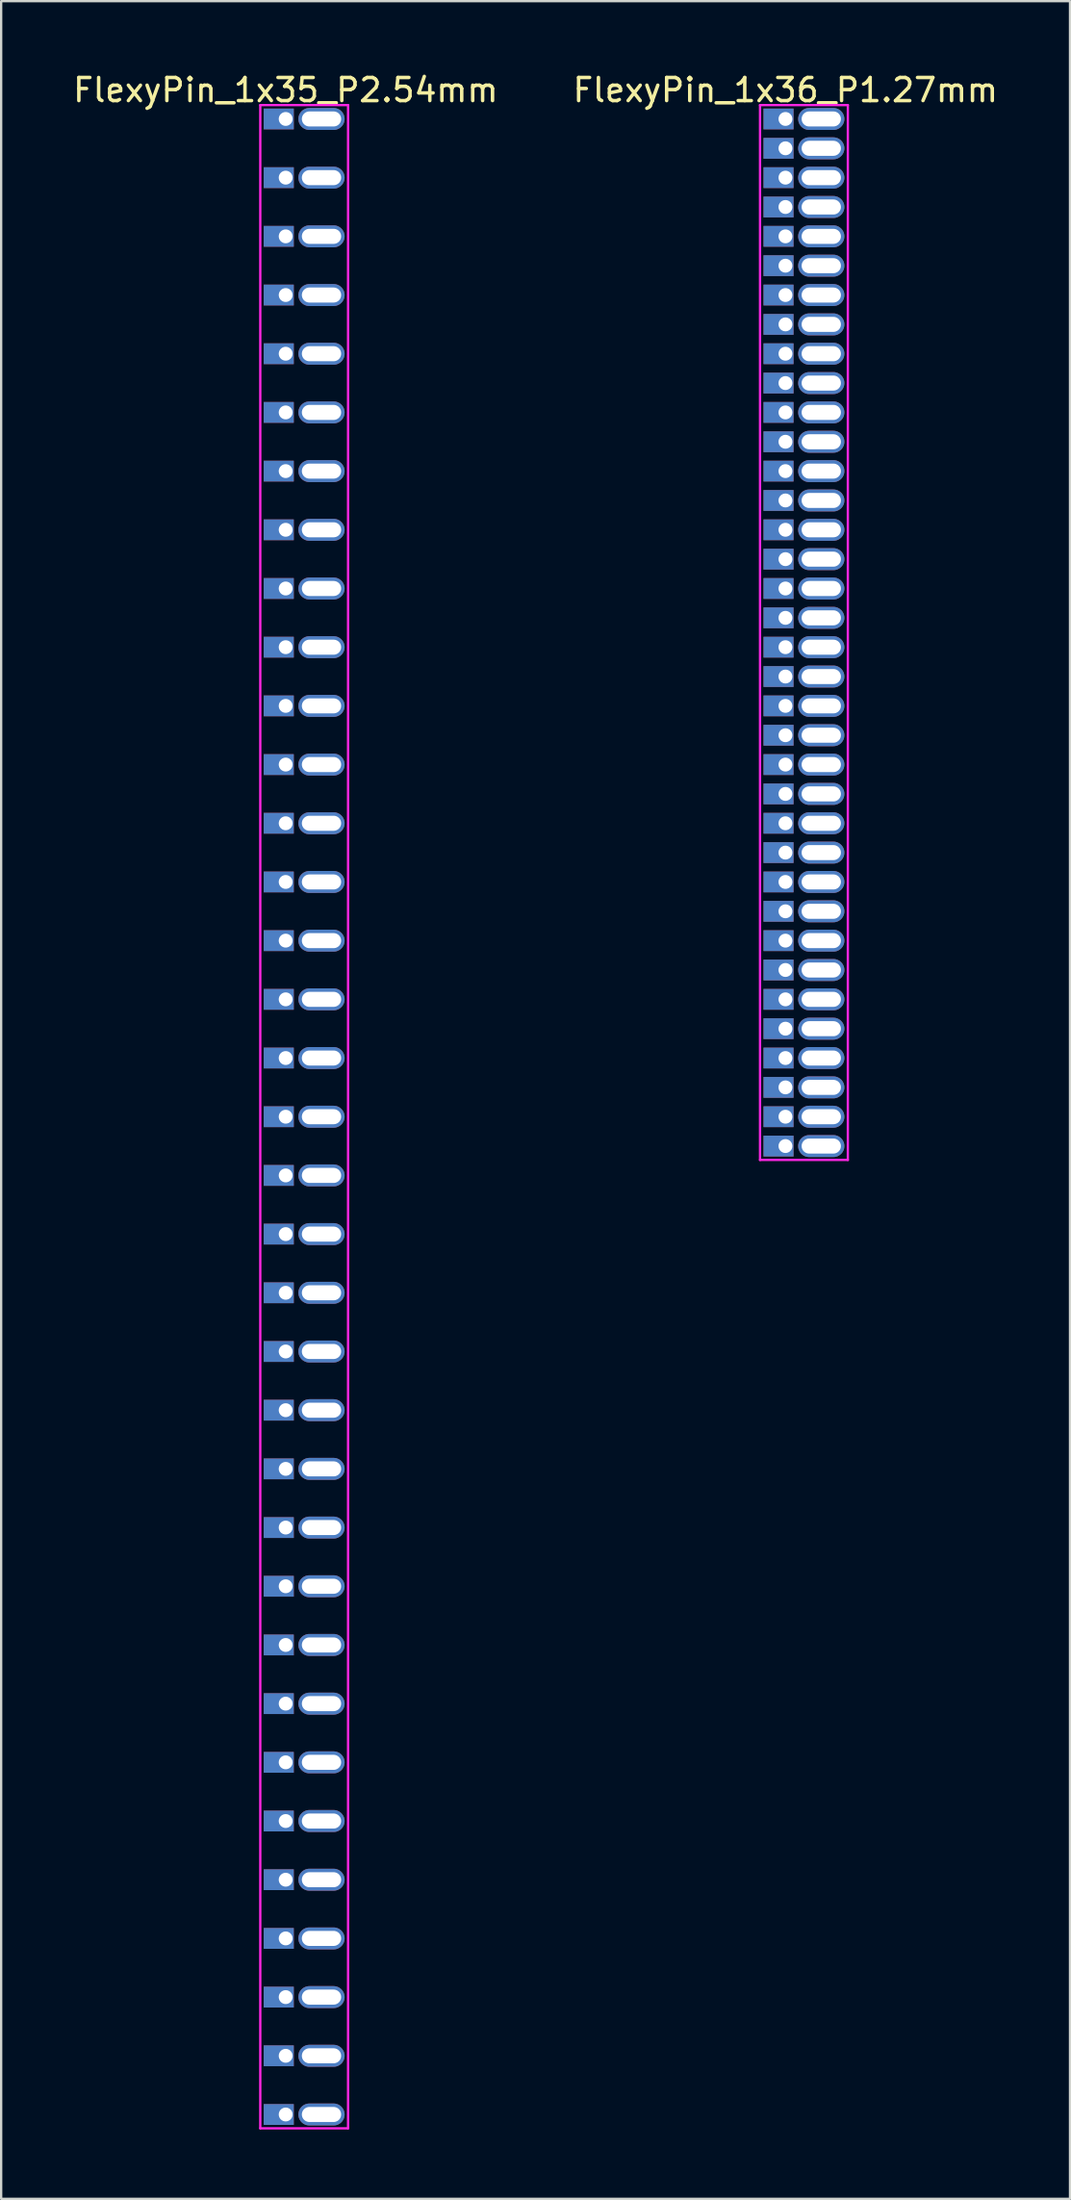
<source format=kicad_pcb>
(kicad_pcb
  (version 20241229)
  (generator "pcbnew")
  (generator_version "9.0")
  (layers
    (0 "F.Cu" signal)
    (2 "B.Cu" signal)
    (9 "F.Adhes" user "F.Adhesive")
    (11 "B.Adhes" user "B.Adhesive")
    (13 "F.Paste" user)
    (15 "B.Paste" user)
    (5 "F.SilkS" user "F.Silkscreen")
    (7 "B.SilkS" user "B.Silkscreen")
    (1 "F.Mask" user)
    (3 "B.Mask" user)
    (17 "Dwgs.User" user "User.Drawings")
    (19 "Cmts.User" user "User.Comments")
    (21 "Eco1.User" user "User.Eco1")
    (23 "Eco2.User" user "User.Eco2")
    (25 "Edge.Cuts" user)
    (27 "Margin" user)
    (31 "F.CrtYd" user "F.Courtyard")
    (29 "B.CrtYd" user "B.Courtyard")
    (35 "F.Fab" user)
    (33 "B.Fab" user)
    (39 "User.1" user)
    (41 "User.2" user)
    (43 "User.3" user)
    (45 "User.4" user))
  (footprint "FlexyPin_1x36_P1.27mm"
    (layer "F.Cu")
    (at 30.946 2.098)
    (property "Reference" "FlexyPin_1x36_P1.27mm" (at 0 -1.25 0) (layer "F.SilkS") (effects (font (size 1 1) (thickness 0.15))))
    (attr through_hole)
    (fp_line (start -1.1 -0.6) (end 2.7 -0.6) (stroke (width 0.1) (type solid)) (layer "F.CrtYd"))
    (fp_line (start -1.1 45.05) (end -1.1 -0.6) (stroke (width 0.1) (type solid)) (layer "F.CrtYd"))
    (fp_line (start 2.7 -0.6) (end 2.7 45.05) (stroke (width 0.1) (type solid)) (layer "F.CrtYd"))
    (fp_line (start 2.7 45.05) (end -1.1 45.05) (stroke (width 0.1) (type solid)) (layer "F.CrtYd"))
    (pad "" thru_hole oval (at 1.55 0) (size 2 0.95) (drill oval 1.7 0.65) (layers "*.Cu" "*.Mask"))
    (pad "" thru_hole oval (at 1.55 1.27) (size 2 0.95) (drill oval 1.7 0.65) (layers "*.Cu" "*.Mask"))
    (pad "" thru_hole oval (at 1.55 2.54) (size 2 0.95) (drill oval 1.7 0.65) (layers "*.Cu" "*.Mask"))
    (pad "" thru_hole oval (at 1.55 3.81) (size 2 0.95) (drill oval 1.7 0.65) (layers "*.Cu" "*.Mask"))
    (pad "" thru_hole oval (at 1.55 5.08) (size 2 0.95) (drill oval 1.7 0.65) (layers "*.Cu" "*.Mask"))
    (pad "" thru_hole oval (at 1.55 6.35) (size 2 0.95) (drill oval 1.7 0.65) (layers "*.Cu" "*.Mask"))
    (pad "" thru_hole oval (at 1.55 7.62) (size 2 0.95) (drill oval 1.7 0.65) (layers "*.Cu" "*.Mask"))
    (pad "" thru_hole oval (at 1.55 8.89) (size 2 0.95) (drill oval 1.7 0.65) (layers "*.Cu" "*.Mask"))
    (pad "" thru_hole oval (at 1.55 10.16) (size 2 0.95) (drill oval 1.7 0.65) (layers "*.Cu" "*.Mask"))
    (pad "" thru_hole oval (at 1.55 11.43) (size 2 0.95) (drill oval 1.7 0.65) (layers "*.Cu" "*.Mask"))
    (pad "" thru_hole oval (at 1.55 12.7) (size 2 0.95) (drill oval 1.7 0.65) (layers "*.Cu" "*.Mask"))
    (pad "" thru_hole oval (at 1.55 13.97) (size 2 0.95) (drill oval 1.7 0.65) (layers "*.Cu" "*.Mask"))
    (pad "" thru_hole oval (at 1.55 15.24) (size 2 0.95) (drill oval 1.7 0.65) (layers "*.Cu" "*.Mask"))
    (pad "" thru_hole oval (at 1.55 16.51) (size 2 0.95) (drill oval 1.7 0.65) (layers "*.Cu" "*.Mask"))
    (pad "" thru_hole oval (at 1.55 17.78) (size 2 0.95) (drill oval 1.7 0.65) (layers "*.Cu" "*.Mask"))
    (pad "" thru_hole oval (at 1.55 19.05) (size 2 0.95) (drill oval 1.7 0.65) (layers "*.Cu" "*.Mask"))
    (pad "" thru_hole oval (at 1.55 20.32) (size 2 0.95) (drill oval 1.7 0.65) (layers "*.Cu" "*.Mask"))
    (pad "" thru_hole oval (at 1.55 21.59) (size 2 0.95) (drill oval 1.7 0.65) (layers "*.Cu" "*.Mask"))
    (pad "" thru_hole oval (at 1.55 22.86) (size 2 0.95) (drill oval 1.7 0.65) (layers "*.Cu" "*.Mask"))
    (pad "" thru_hole oval (at 1.55 24.13) (size 2 0.95) (drill oval 1.7 0.65) (layers "*.Cu" "*.Mask"))
    (pad "" thru_hole oval (at 1.55 25.4) (size 2 0.95) (drill oval 1.7 0.65) (layers "*.Cu" "*.Mask"))
    (pad "" thru_hole oval (at 1.55 26.67) (size 2 0.95) (drill oval 1.7 0.65) (layers "*.Cu" "*.Mask"))
    (pad "" thru_hole oval (at 1.55 27.94) (size 2 0.95) (drill oval 1.7 0.65) (layers "*.Cu" "*.Mask"))
    (pad "" thru_hole oval (at 1.55 29.21) (size 2 0.95) (drill oval 1.7 0.65) (layers "*.Cu" "*.Mask"))
    (pad "" thru_hole oval (at 1.55 30.48) (size 2 0.95) (drill oval 1.7 0.65) (layers "*.Cu" "*.Mask"))
    (pad "" thru_hole oval (at 1.55 31.75) (size 2 0.95) (drill oval 1.7 0.65) (layers "*.Cu" "*.Mask"))
    (pad "" thru_hole oval (at 1.55 33.02) (size 2 0.95) (drill oval 1.7 0.65) (layers "*.Cu" "*.Mask"))
    (pad "" thru_hole oval (at 1.55 34.29) (size 2 0.95) (drill oval 1.7 0.65) (layers "*.Cu" "*.Mask"))
    (pad "" thru_hole oval (at 1.55 35.56) (size 2 0.95) (drill oval 1.7 0.65) (layers "*.Cu" "*.Mask"))
    (pad "" thru_hole oval (at 1.55 36.83) (size 2 0.95) (drill oval 1.7 0.65) (layers "*.Cu" "*.Mask"))
    (pad "" thru_hole oval (at 1.55 38.1) (size 2 0.95) (drill oval 1.7 0.65) (layers "*.Cu" "*.Mask"))
    (pad "" thru_hole oval (at 1.55 39.37) (size 2 0.95) (drill oval 1.7 0.65) (layers "*.Cu" "*.Mask"))
    (pad "" thru_hole oval (at 1.55 40.64) (size 2 0.95) (drill oval 1.7 0.65) (layers "*.Cu" "*.Mask"))
    (pad "" thru_hole oval (at 1.55 41.91) (size 2 0.95) (drill oval 1.7 0.65) (layers "*.Cu" "*.Mask"))
    (pad "" thru_hole oval (at 1.55 43.18) (size 2 0.95) (drill oval 1.7 0.65) (layers "*.Cu" "*.Mask"))
    (pad "" thru_hole oval (at 1.55 44.45) (size 2 0.95) (drill oval 1.7 0.65) (layers "*.Cu" "*.Mask"))
    (pad "1" thru_hole rect (at 0 0) (size 1.3 0.9) (drill 0.6 (offset -0.3 0)) (layers "*.Cu" "*.Mask"))
    (pad "2" thru_hole rect (at 0 1.27) (size 1.3 0.9) (drill 0.6 (offset -0.3 0)) (layers "*.Cu" "*.Mask"))
    (pad "3" thru_hole rect (at 0 2.54) (size 1.3 0.9) (drill 0.6 (offset -0.3 0)) (layers "*.Cu" "*.Mask"))
    (pad "4" thru_hole rect (at 0 3.81) (size 1.3 0.9) (drill 0.6 (offset -0.3 0)) (layers "*.Cu" "*.Mask"))
    (pad "5" thru_hole rect (at 0 5.08) (size 1.3 0.9) (drill 0.6 (offset -0.3 0)) (layers "*.Cu" "*.Mask"))
    (pad "6" thru_hole rect (at 0 6.35) (size 1.3 0.9) (drill 0.6 (offset -0.3 0)) (layers "*.Cu" "*.Mask"))
    (pad "7" thru_hole rect (at 0 7.62) (size 1.3 0.9) (drill 0.6 (offset -0.3 0)) (layers "*.Cu" "*.Mask"))
    (pad "8" thru_hole rect (at 0 8.89) (size 1.3 0.9) (drill 0.6 (offset -0.3 0)) (layers "*.Cu" "*.Mask"))
    (pad "9" thru_hole rect (at 0 10.16) (size 1.3 0.9) (drill 0.6 (offset -0.3 0)) (layers "*.Cu" "*.Mask"))
    (pad "10" thru_hole rect (at 0 11.43) (size 1.3 0.9) (drill 0.6 (offset -0.3 0)) (layers "*.Cu" "*.Mask"))
    (pad "11" thru_hole rect (at 0 12.7) (size 1.3 0.9) (drill 0.6 (offset -0.3 0)) (layers "*.Cu" "*.Mask"))
    (pad "12" thru_hole rect (at 0 13.97) (size 1.3 0.9) (drill 0.6 (offset -0.3 0)) (layers "*.Cu" "*.Mask"))
    (pad "13" thru_hole rect (at 0 15.24) (size 1.3 0.9) (drill 0.6 (offset -0.3 0)) (layers "*.Cu" "*.Mask"))
    (pad "14" thru_hole rect (at 0 16.51) (size 1.3 0.9) (drill 0.6 (offset -0.3 0)) (layers "*.Cu" "*.Mask"))
    (pad "15" thru_hole rect (at 0 17.78) (size 1.3 0.9) (drill 0.6 (offset -0.3 0)) (layers "*.Cu" "*.Mask"))
    (pad "16" thru_hole rect (at 0 19.05) (size 1.3 0.9) (drill 0.6 (offset -0.3 0)) (layers "*.Cu" "*.Mask"))
    (pad "17" thru_hole rect (at 0 20.32) (size 1.3 0.9) (drill 0.6 (offset -0.3 0)) (layers "*.Cu" "*.Mask"))
    (pad "18" thru_hole rect (at 0 21.59) (size 1.3 0.9) (drill 0.6 (offset -0.3 0)) (layers "*.Cu" "*.Mask"))
    (pad "19" thru_hole rect (at 0 22.86) (size 1.3 0.9) (drill 0.6 (offset -0.3 0)) (layers "*.Cu" "*.Mask"))
    (pad "20" thru_hole rect (at 0 24.13) (size 1.3 0.9) (drill 0.6 (offset -0.3 0)) (layers "*.Cu" "*.Mask"))
    (pad "21" thru_hole rect (at 0 25.4) (size 1.3 0.9) (drill 0.6 (offset -0.3 0)) (layers "*.Cu" "*.Mask"))
    (pad "22" thru_hole rect (at 0 26.67) (size 1.3 0.9) (drill 0.6 (offset -0.3 0)) (layers "*.Cu" "*.Mask"))
    (pad "23" thru_hole rect (at 0 27.94) (size 1.3 0.9) (drill 0.6 (offset -0.3 0)) (layers "*.Cu" "*.Mask"))
    (pad "24" thru_hole rect (at 0 29.21) (size 1.3 0.9) (drill 0.6 (offset -0.3 0)) (layers "*.Cu" "*.Mask"))
    (pad "25" thru_hole rect (at 0 30.48) (size 1.3 0.9) (drill 0.6 (offset -0.3 0)) (layers "*.Cu" "*.Mask"))
    (pad "26" thru_hole rect (at 0 31.75) (size 1.3 0.9) (drill 0.6 (offset -0.3 0)) (layers "*.Cu" "*.Mask"))
    (pad "27" thru_hole rect (at 0 33.02) (size 1.3 0.9) (drill 0.6 (offset -0.3 0)) (layers "*.Cu" "*.Mask"))
    (pad "28" thru_hole rect (at 0 34.29) (size 1.3 0.9) (drill 0.6 (offset -0.3 0)) (layers "*.Cu" "*.Mask"))
    (pad "29" thru_hole rect (at 0 35.56) (size 1.3 0.9) (drill 0.6 (offset -0.3 0)) (layers "*.Cu" "*.Mask"))
    (pad "30" thru_hole rect (at 0 36.83) (size 1.3 0.9) (drill 0.6 (offset -0.3 0)) (layers "*.Cu" "*.Mask"))
    (pad "31" thru_hole rect (at 0 38.1) (size 1.3 0.9) (drill 0.6 (offset -0.3 0)) (layers "*.Cu" "*.Mask"))
    (pad "32" thru_hole rect (at 0 39.37) (size 1.3 0.9) (drill 0.6 (offset -0.3 0)) (layers "*.Cu" "*.Mask"))
    (pad "33" thru_hole rect (at 0 40.64) (size 1.3 0.9) (drill 0.6 (offset -0.3 0)) (layers "*.Cu" "*.Mask"))
    (pad "34" thru_hole rect (at 0 41.91) (size 1.3 0.9) (drill 0.6 (offset -0.3 0)) (layers "*.Cu" "*.Mask"))
    (pad "35" thru_hole rect (at 0 43.18) (size 1.3 0.9) (drill 0.6 (offset -0.3 0)) (layers "*.Cu" "*.Mask"))
    (pad "36" thru_hole rect (at 0 44.45) (size 1.3 0.9) (drill 0.6 (offset -0.3 0)) (layers "*.Cu" "*.Mask")))
  (footprint "FlexyPin_1x35_P2.54mm"
    (layer "F.Cu")
    (at 9.315 2.098)
    (property "Reference" "FlexyPin_1x35_P2.54mm" (at 0 -1.25 0) (layer "F.SilkS") (effects (font (size 1 1) (thickness 0.15))))
    (attr through_hole)
    (fp_line (start -1.1 -0.6) (end 2.7 -0.6) (stroke (width 0.1) (type solid)) (layer "F.CrtYd"))
    (fp_line (start -1.1 86.96) (end -1.1 -0.6) (stroke (width 0.1) (type solid)) (layer "F.CrtYd"))
    (fp_line (start 2.7 -0.6) (end 2.7 86.96) (stroke (width 0.1) (type solid)) (layer "F.CrtYd"))
    (fp_line (start 2.7 86.96) (end -1.1 86.96) (stroke (width 0.1) (type solid)) (layer "F.CrtYd"))
    (pad "" thru_hole oval (at 1.55 0) (size 2 0.95) (drill oval 1.7 0.65) (layers "*.Cu" "*.Mask"))
    (pad "" thru_hole oval (at 1.55 2.54) (size 2 0.95) (drill oval 1.7 0.65) (layers "*.Cu" "*.Mask"))
    (pad "" thru_hole oval (at 1.55 5.08) (size 2 0.95) (drill oval 1.7 0.65) (layers "*.Cu" "*.Mask"))
    (pad "" thru_hole oval (at 1.55 7.62) (size 2 0.95) (drill oval 1.7 0.65) (layers "*.Cu" "*.Mask"))
    (pad "" thru_hole oval (at 1.55 10.16) (size 2 0.95) (drill oval 1.7 0.65) (layers "*.Cu" "*.Mask"))
    (pad "" thru_hole oval (at 1.55 12.7) (size 2 0.95) (drill oval 1.7 0.65) (layers "*.Cu" "*.Mask"))
    (pad "" thru_hole oval (at 1.55 15.24) (size 2 0.95) (drill oval 1.7 0.65) (layers "*.Cu" "*.Mask"))
    (pad "" thru_hole oval (at 1.55 17.78) (size 2 0.95) (drill oval 1.7 0.65) (layers "*.Cu" "*.Mask"))
    (pad "" thru_hole oval (at 1.55 20.32) (size 2 0.95) (drill oval 1.7 0.65) (layers "*.Cu" "*.Mask"))
    (pad "" thru_hole oval (at 1.55 22.86) (size 2 0.95) (drill oval 1.7 0.65) (layers "*.Cu" "*.Mask"))
    (pad "" thru_hole oval (at 1.55 25.4) (size 2 0.95) (drill oval 1.7 0.65) (layers "*.Cu" "*.Mask"))
    (pad "" thru_hole oval (at 1.55 27.94) (size 2 0.95) (drill oval 1.7 0.65) (layers "*.Cu" "*.Mask"))
    (pad "" thru_hole oval (at 1.55 30.48) (size 2 0.95) (drill oval 1.7 0.65) (layers "*.Cu" "*.Mask"))
    (pad "" thru_hole oval (at 1.55 33.02) (size 2 0.95) (drill oval 1.7 0.65) (layers "*.Cu" "*.Mask"))
    (pad "" thru_hole oval (at 1.55 35.56) (size 2 0.95) (drill oval 1.7 0.65) (layers "*.Cu" "*.Mask"))
    (pad "" thru_hole oval (at 1.55 38.1) (size 2 0.95) (drill oval 1.7 0.65) (layers "*.Cu" "*.Mask"))
    (pad "" thru_hole oval (at 1.55 40.64) (size 2 0.95) (drill oval 1.7 0.65) (layers "*.Cu" "*.Mask"))
    (pad "" thru_hole oval (at 1.55 43.18) (size 2 0.95) (drill oval 1.7 0.65) (layers "*.Cu" "*.Mask"))
    (pad "" thru_hole oval (at 1.55 45.72) (size 2 0.95) (drill oval 1.7 0.65) (layers "*.Cu" "*.Mask"))
    (pad "" thru_hole oval (at 1.55 48.26) (size 2 0.95) (drill oval 1.7 0.65) (layers "*.Cu" "*.Mask"))
    (pad "" thru_hole oval (at 1.55 50.8) (size 2 0.95) (drill oval 1.7 0.65) (layers "*.Cu" "*.Mask"))
    (pad "" thru_hole oval (at 1.55 53.34) (size 2 0.95) (drill oval 1.7 0.65) (layers "*.Cu" "*.Mask"))
    (pad "" thru_hole oval (at 1.55 55.88) (size 2 0.95) (drill oval 1.7 0.65) (layers "*.Cu" "*.Mask"))
    (pad "" thru_hole oval (at 1.55 58.42) (size 2 0.95) (drill oval 1.7 0.65) (layers "*.Cu" "*.Mask"))
    (pad "" thru_hole oval (at 1.55 60.96) (size 2 0.95) (drill oval 1.7 0.65) (layers "*.Cu" "*.Mask"))
    (pad "" thru_hole oval (at 1.55 63.5) (size 2 0.95) (drill oval 1.7 0.65) (layers "*.Cu" "*.Mask"))
    (pad "" thru_hole oval (at 1.55 66.04) (size 2 0.95) (drill oval 1.7 0.65) (layers "*.Cu" "*.Mask"))
    (pad "" thru_hole oval (at 1.55 68.58) (size 2 0.95) (drill oval 1.7 0.65) (layers "*.Cu" "*.Mask"))
    (pad "" thru_hole oval (at 1.55 71.12) (size 2 0.95) (drill oval 1.7 0.65) (layers "*.Cu" "*.Mask"))
    (pad "" thru_hole oval (at 1.55 73.66) (size 2 0.95) (drill oval 1.7 0.65) (layers "*.Cu" "*.Mask"))
    (pad "" thru_hole oval (at 1.55 76.2) (size 2 0.95) (drill oval 1.7 0.65) (layers "*.Cu" "*.Mask"))
    (pad "" thru_hole oval (at 1.55 78.74) (size 2 0.95) (drill oval 1.7 0.65) (layers "*.Cu" "*.Mask"))
    (pad "" thru_hole oval (at 1.55 81.28) (size 2 0.95) (drill oval 1.7 0.65) (layers "*.Cu" "*.Mask"))
    (pad "" thru_hole oval (at 1.55 83.82) (size 2 0.95) (drill oval 1.7 0.65) (layers "*.Cu" "*.Mask"))
    (pad "" thru_hole oval (at 1.55 86.36) (size 2 0.95) (drill oval 1.7 0.65) (layers "*.Cu" "*.Mask"))
    (pad "1" thru_hole rect (at 0 0) (size 1.3 0.9) (drill 0.6 (offset -0.3 0)) (layers "*.Cu" "*.Mask"))
    (pad "2" thru_hole rect (at 0 2.54) (size 1.3 0.9) (drill 0.6 (offset -0.3 0)) (layers "*.Cu" "*.Mask"))
    (pad "3" thru_hole rect (at 0 5.08) (size 1.3 0.9) (drill 0.6 (offset -0.3 0)) (layers "*.Cu" "*.Mask"))
    (pad "4" thru_hole rect (at 0 7.62) (size 1.3 0.9) (drill 0.6 (offset -0.3 0)) (layers "*.Cu" "*.Mask"))
    (pad "5" thru_hole rect (at 0 10.16) (size 1.3 0.9) (drill 0.6 (offset -0.3 0)) (layers "*.Cu" "*.Mask"))
    (pad "6" thru_hole rect (at 0 12.7) (size 1.3 0.9) (drill 0.6 (offset -0.3 0)) (layers "*.Cu" "*.Mask"))
    (pad "7" thru_hole rect (at 0 15.24) (size 1.3 0.9) (drill 0.6 (offset -0.3 0)) (layers "*.Cu" "*.Mask"))
    (pad "8" thru_hole rect (at 0 17.78) (size 1.3 0.9) (drill 0.6 (offset -0.3 0)) (layers "*.Cu" "*.Mask"))
    (pad "9" thru_hole rect (at 0 20.32) (size 1.3 0.9) (drill 0.6 (offset -0.3 0)) (layers "*.Cu" "*.Mask"))
    (pad "10" thru_hole rect (at 0 22.86) (size 1.3 0.9) (drill 0.6 (offset -0.3 0)) (layers "*.Cu" "*.Mask"))
    (pad "11" thru_hole rect (at 0 25.4) (size 1.3 0.9) (drill 0.6 (offset -0.3 0)) (layers "*.Cu" "*.Mask"))
    (pad "12" thru_hole rect (at 0 27.94) (size 1.3 0.9) (drill 0.6 (offset -0.3 0)) (layers "*.Cu" "*.Mask"))
    (pad "13" thru_hole rect (at 0 30.48) (size 1.3 0.9) (drill 0.6 (offset -0.3 0)) (layers "*.Cu" "*.Mask"))
    (pad "14" thru_hole rect (at 0 33.02) (size 1.3 0.9) (drill 0.6 (offset -0.3 0)) (layers "*.Cu" "*.Mask"))
    (pad "15" thru_hole rect (at 0 35.56) (size 1.3 0.9) (drill 0.6 (offset -0.3 0)) (layers "*.Cu" "*.Mask"))
    (pad "16" thru_hole rect (at 0 38.1) (size 1.3 0.9) (drill 0.6 (offset -0.3 0)) (layers "*.Cu" "*.Mask"))
    (pad "17" thru_hole rect (at 0 40.64) (size 1.3 0.9) (drill 0.6 (offset -0.3 0)) (layers "*.Cu" "*.Mask"))
    (pad "18" thru_hole rect (at 0 43.18) (size 1.3 0.9) (drill 0.6 (offset -0.3 0)) (layers "*.Cu" "*.Mask"))
    (pad "19" thru_hole rect (at 0 45.72) (size 1.3 0.9) (drill 0.6 (offset -0.3 0)) (layers "*.Cu" "*.Mask"))
    (pad "20" thru_hole rect (at 0 48.26) (size 1.3 0.9) (drill 0.6 (offset -0.3 0)) (layers "*.Cu" "*.Mask"))
    (pad "21" thru_hole rect (at 0 50.8) (size 1.3 0.9) (drill 0.6 (offset -0.3 0)) (layers "*.Cu" "*.Mask"))
    (pad "22" thru_hole rect (at 0 53.34) (size 1.3 0.9) (drill 0.6 (offset -0.3 0)) (layers "*.Cu" "*.Mask"))
    (pad "23" thru_hole rect (at 0 55.88) (size 1.3 0.9) (drill 0.6 (offset -0.3 0)) (layers "*.Cu" "*.Mask"))
    (pad "24" thru_hole rect (at 0 58.42) (size 1.3 0.9) (drill 0.6 (offset -0.3 0)) (layers "*.Cu" "*.Mask"))
    (pad "25" thru_hole rect (at 0 60.96) (size 1.3 0.9) (drill 0.6 (offset -0.3 0)) (layers "*.Cu" "*.Mask"))
    (pad "26" thru_hole rect (at 0 63.5) (size 1.3 0.9) (drill 0.6 (offset -0.3 0)) (layers "*.Cu" "*.Mask"))
    (pad "27" thru_hole rect (at 0 66.04) (size 1.3 0.9) (drill 0.6 (offset -0.3 0)) (layers "*.Cu" "*.Mask"))
    (pad "28" thru_hole rect (at 0 68.58) (size 1.3 0.9) (drill 0.6 (offset -0.3 0)) (layers "*.Cu" "*.Mask"))
    (pad "29" thru_hole rect (at 0 71.12) (size 1.3 0.9) (drill 0.6 (offset -0.3 0)) (layers "*.Cu" "*.Mask"))
    (pad "30" thru_hole rect (at 0 73.66) (size 1.3 0.9) (drill 0.6 (offset -0.3 0)) (layers "*.Cu" "*.Mask"))
    (pad "31" thru_hole rect (at 0 76.2) (size 1.3 0.9) (drill 0.6 (offset -0.3 0)) (layers "*.Cu" "*.Mask"))
    (pad "32" thru_hole rect (at 0 78.74) (size 1.3 0.9) (drill 0.6 (offset -0.3 0)) (layers "*.Cu" "*.Mask"))
    (pad "33" thru_hole rect (at 0 81.28) (size 1.3 0.9) (drill 0.6 (offset -0.3 0)) (layers "*.Cu" "*.Mask"))
    (pad "34" thru_hole rect (at 0 83.82) (size 1.3 0.9) (drill 0.6 (offset -0.3 0)) (layers "*.Cu" "*.Mask"))
    (pad "35" thru_hole rect (at 0 86.36) (size 1.3 0.9) (drill 0.6 (offset -0.3 0)) (layers "*.Cu" "*.Mask")))
  (gr_rect
    (start -3 -3)
    (end 43.262 92.108)
    (stroke (width 0.1) (type default))
    (fill no)
    (layer "Edge.Cuts")))
</source>
